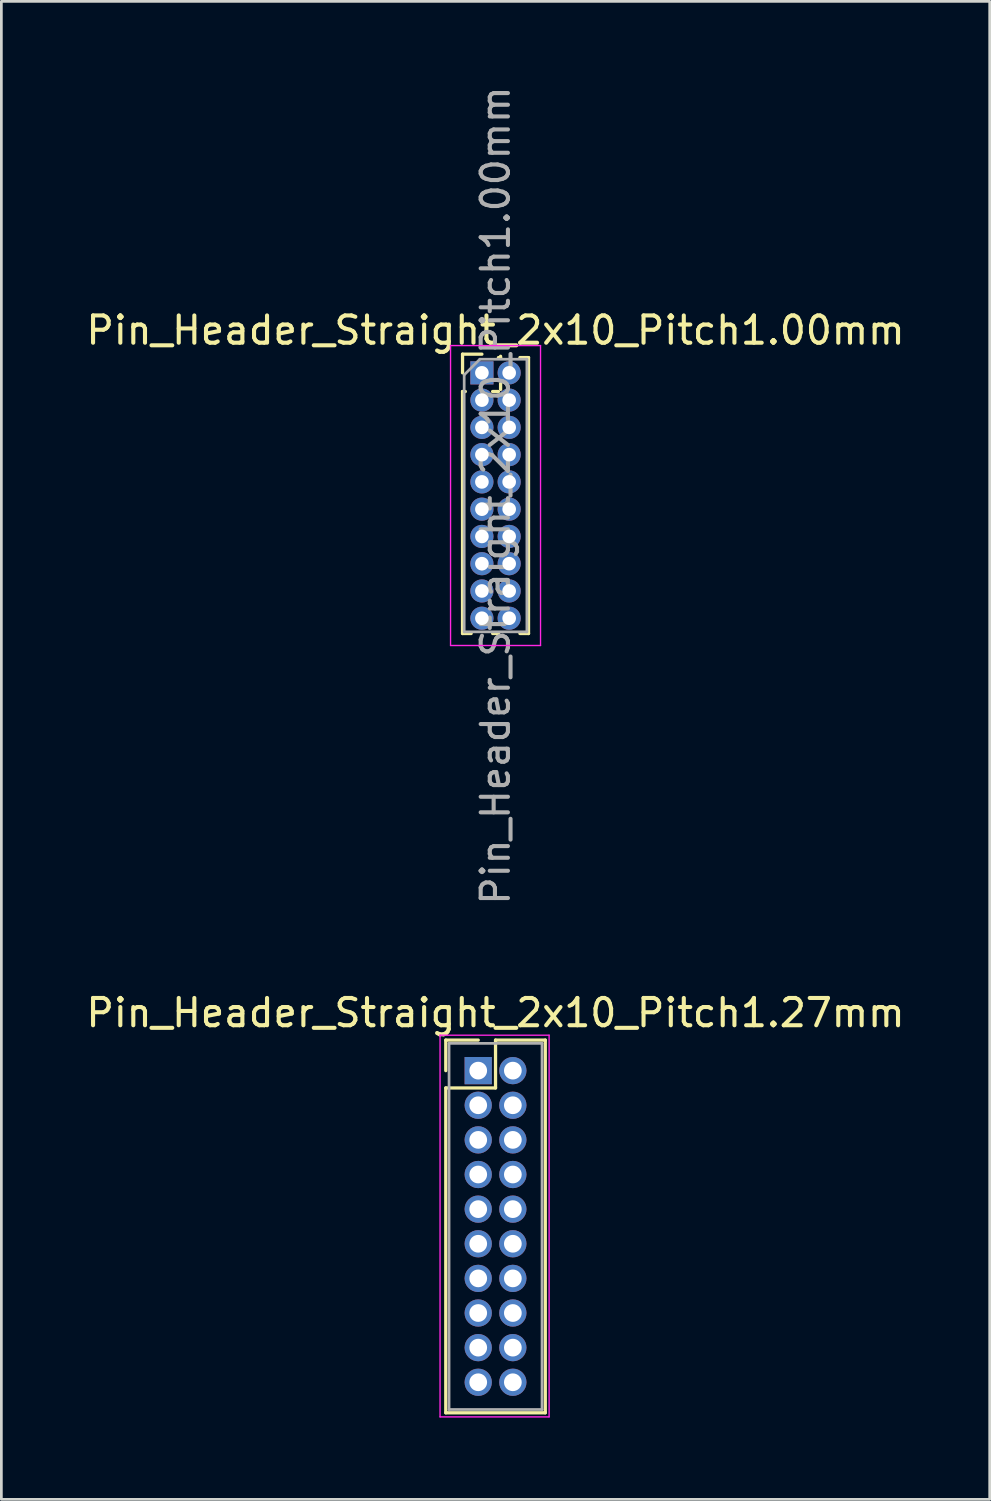
<source format=kicad_pcb>
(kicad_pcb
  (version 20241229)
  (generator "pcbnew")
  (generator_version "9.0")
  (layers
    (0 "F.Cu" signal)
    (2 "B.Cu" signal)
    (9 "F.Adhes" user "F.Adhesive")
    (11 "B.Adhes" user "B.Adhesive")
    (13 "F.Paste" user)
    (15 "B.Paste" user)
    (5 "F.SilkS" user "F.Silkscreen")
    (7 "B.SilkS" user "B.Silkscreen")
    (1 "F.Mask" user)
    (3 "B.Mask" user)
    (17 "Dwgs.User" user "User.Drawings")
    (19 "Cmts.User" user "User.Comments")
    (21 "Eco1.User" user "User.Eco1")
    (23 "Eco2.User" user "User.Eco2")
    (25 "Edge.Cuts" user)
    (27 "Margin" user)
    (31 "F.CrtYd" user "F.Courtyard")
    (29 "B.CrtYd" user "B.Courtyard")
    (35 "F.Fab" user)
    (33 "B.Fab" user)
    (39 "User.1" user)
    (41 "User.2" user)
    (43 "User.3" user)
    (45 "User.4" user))
  (footprint "Pin_Header_Straight_2x10_Pitch1.00mm"
    (layer "F.Cu")
    (at 14.625 10.625)
    (property "Reference" "Pin_Header_Straight_2x10_Pitch1.00mm" (at 0.5 -1.56 0) (layer "F.SilkS") (effects (font (size 1 1) (thickness 0.15))))
    (attr through_hole)
    (fp_line (start -0.71 -0.685) (end 0 -0.685) (stroke (width 0.12) (type solid)) (layer "F.SilkS"))
    (fp_line (start -0.71 0) (end -0.71 -0.685) (stroke (width 0.12) (type solid)) (layer "F.SilkS"))
    (fp_line (start -0.71 0.685) (end -0.71 9.56) (stroke (width 0.12) (type solid)) (layer "F.SilkS"))
    (fp_line (start -0.71 0.685) (end -0.608 0.685) (stroke (width 0.12) (type solid)) (layer "F.SilkS"))
    (fp_line (start -0.71 9.56) (end -0.394 9.56) (stroke (width 0.12) (type solid)) (layer "F.SilkS"))
    (fp_line (start 0.394 9.56) (end 0.606 9.56) (stroke (width 0.12) (type solid)) (layer "F.SilkS"))
    (fp_line (start 0.608 0.685) (end 0.392 0.685) (stroke (width 0.12) (type solid)) (layer "F.SilkS"))
    (fp_line (start 0.685 -0.608) (end 0.685 -0.56) (stroke (width 0.12) (type solid)) (layer "F.SilkS"))
    (fp_line (start 0.685 -0.56) (end 0.606 -0.56) (stroke (width 0.12) (type solid)) (layer "F.SilkS"))
    (fp_line (start 0.685 0.392) (end 0.685 0.608) (stroke (width 0.12) (type solid)) (layer "F.SilkS"))
    (fp_line (start 1.394 -0.56) (end 1.71 -0.56) (stroke (width 0.12) (type solid)) (layer "F.SilkS"))
    (fp_line (start 1.394 9.56) (end 1.71 9.56) (stroke (width 0.12) (type solid)) (layer "F.SilkS"))
    (fp_line (start 1.71 -0.56) (end 1.71 9.56) (stroke (width 0.12) (type solid)) (layer "F.SilkS"))
    (fp_line (start -1.15 -1) (end -1.15 10) (stroke (width 0.05) (type solid)) (layer "F.CrtYd"))
    (fp_line (start -1.15 10) (end 2.15 10) (stroke (width 0.05) (type solid)) (layer "F.CrtYd"))
    (fp_line (start 2.15 -1) (end -1.15 -1) (stroke (width 0.05) (type solid)) (layer "F.CrtYd"))
    (fp_line (start 2.15 10) (end 2.15 -1) (stroke (width 0.05) (type solid)) (layer "F.CrtYd"))
    (fp_line (start -0.65 0.075) (end -0.075 -0.5) (stroke (width 0.1) (type solid)) (layer "F.Fab"))
    (fp_line (start -0.65 9.5) (end -0.65 0.075) (stroke (width 0.1) (type solid)) (layer "F.Fab"))
    (fp_line (start -0.075 -0.5) (end 1.65 -0.5) (stroke (width 0.1) (type solid)) (layer "F.Fab"))
    (fp_line (start 1.65 -0.5) (end 1.65 9.5) (stroke (width 0.1) (type solid)) (layer "F.Fab"))
    (fp_line (start 1.65 9.5) (end -0.65 9.5) (stroke (width 0.1) (type solid)) (layer "F.Fab"))
    (fp_text user "${REFERENCE}" (at 0.5 4.5 90) (layer "F.Fab") (effects (font (size 1 1) (thickness 0.15))))
    (pad "1" thru_hole rect (at 0 0) (size 0.85 0.85) (drill 0.5) (layers "*.Cu" "*.Mask"))
    (pad "2" thru_hole oval (at 1 0) (size 0.85 0.85) (drill 0.5) (layers "*.Cu" "*.Mask"))
    (pad "3" thru_hole oval (at 0 1) (size 0.85 0.85) (drill 0.5) (layers "*.Cu" "*.Mask"))
    (pad "4" thru_hole oval (at 1 1) (size 0.85 0.85) (drill 0.5) (layers "*.Cu" "*.Mask"))
    (pad "5" thru_hole oval (at 0 2) (size 0.85 0.85) (drill 0.5) (layers "*.Cu" "*.Mask"))
    (pad "6" thru_hole oval (at 1 2) (size 0.85 0.85) (drill 0.5) (layers "*.Cu" "*.Mask"))
    (pad "7" thru_hole oval (at 0 3) (size 0.85 0.85) (drill 0.5) (layers "*.Cu" "*.Mask"))
    (pad "8" thru_hole oval (at 1 3) (size 0.85 0.85) (drill 0.5) (layers "*.Cu" "*.Mask"))
    (pad "9" thru_hole oval (at 0 4) (size 0.85 0.85) (drill 0.5) (layers "*.Cu" "*.Mask"))
    (pad "10" thru_hole oval (at 1 4) (size 0.85 0.85) (drill 0.5) (layers "*.Cu" "*.Mask"))
    (pad "11" thru_hole oval (at 0 5) (size 0.85 0.85) (drill 0.5) (layers "*.Cu" "*.Mask"))
    (pad "12" thru_hole oval (at 1 5) (size 0.85 0.85) (drill 0.5) (layers "*.Cu" "*.Mask"))
    (pad "13" thru_hole oval (at 0 6) (size 0.85 0.85) (drill 0.5) (layers "*.Cu" "*.Mask"))
    (pad "14" thru_hole oval (at 1 6) (size 0.85 0.85) (drill 0.5) (layers "*.Cu" "*.Mask"))
    (pad "15" thru_hole oval (at 0 7) (size 0.85 0.85) (drill 0.5) (layers "*.Cu" "*.Mask"))
    (pad "16" thru_hole oval (at 1 7) (size 0.85 0.85) (drill 0.5) (layers "*.Cu" "*.Mask"))
    (pad "17" thru_hole oval (at 0 8) (size 0.85 0.85) (drill 0.5) (layers "*.Cu" "*.Mask"))
    (pad "18" thru_hole oval (at 1 8) (size 0.85 0.85) (drill 0.5) (layers "*.Cu" "*.Mask"))
    (pad "19" thru_hole oval (at 0 9) (size 0.85 0.85) (drill 0.5) (layers "*.Cu" "*.Mask"))
    (pad "20" thru_hole oval (at 1 9) (size 0.85 0.85) (drill 0.5) (layers "*.Cu" "*.Mask")))
  (footprint "Pin_Header_Straight_2x10_Pitch1.27mm"
    (layer "F.Cu")
    (at 14.49 36.218)
    (property "Reference" "Pin_Header_Straight_2x10_Pitch1.27mm" (at 0.635 -2.12 0) (layer "F.SilkS") (effects (font (size 1 1) (thickness 0.15))))
    (attr through_hole)
    (fp_line (start -1.19 -1.12) (end 0 -1.12) (stroke (width 0.12) (type solid)) (layer "F.SilkS"))
    (fp_line (start -1.19 0) (end -1.19 -1.12) (stroke (width 0.12) (type solid)) (layer "F.SilkS"))
    (fp_line (start -1.19 0.635) (end -1.19 12.55) (stroke (width 0.12) (type solid)) (layer "F.SilkS"))
    (fp_line (start -1.19 12.55) (end 2.46 12.55) (stroke (width 0.12) (type solid)) (layer "F.SilkS"))
    (fp_line (start 0.635 -1.12) (end 0.635 0.635) (stroke (width 0.12) (type solid)) (layer "F.SilkS"))
    (fp_line (start 0.635 0.635) (end -1.19 0.635) (stroke (width 0.12) (type solid)) (layer "F.SilkS"))
    (fp_line (start 2.46 -1.12) (end 0.635 -1.12) (stroke (width 0.12) (type solid)) (layer "F.SilkS"))
    (fp_line (start 2.46 12.55) (end 2.46 -1.12) (stroke (width 0.12) (type solid)) (layer "F.SilkS"))
    (fp_line (start -1.4 -1.3) (end -1.4 12.7) (stroke (width 0.05) (type solid)) (layer "F.CrtYd"))
    (fp_line (start -1.4 12.7) (end 2.6 12.7) (stroke (width 0.05) (type solid)) (layer "F.CrtYd"))
    (fp_line (start 2.6 -1.3) (end -1.4 -1.3) (stroke (width 0.05) (type solid)) (layer "F.CrtYd"))
    (fp_line (start 2.6 12.7) (end 2.6 -1.3) (stroke (width 0.05) (type solid)) (layer "F.CrtYd"))
    (fp_line (start -1.07 -1) (end -1.07 12.43) (stroke (width 0.1) (type solid)) (layer "F.Fab"))
    (fp_line (start -1.07 12.43) (end 2.34 12.43) (stroke (width 0.1) (type solid)) (layer "F.Fab"))
    (fp_line (start 2.34 -1) (end -1.07 -1) (stroke (width 0.1) (type solid)) (layer "F.Fab"))
    (fp_line (start 2.34 12.43) (end 2.34 -1) (stroke (width 0.1) (type solid)) (layer "F.Fab"))
    (pad "1" thru_hole rect (at 0 0) (size 1 1) (drill 0.65) (layers "*.Cu" "*.Mask"))
    (pad "2" thru_hole oval (at 1.27 0) (size 1 1) (drill 0.65) (layers "*.Cu" "*.Mask"))
    (pad "3" thru_hole oval (at 0 1.27) (size 1 1) (drill 0.65) (layers "*.Cu" "*.Mask"))
    (pad "4" thru_hole oval (at 1.27 1.27) (size 1 1) (drill 0.65) (layers "*.Cu" "*.Mask"))
    (pad "5" thru_hole oval (at 0 2.54) (size 1 1) (drill 0.65) (layers "*.Cu" "*.Mask"))
    (pad "6" thru_hole oval (at 1.27 2.54) (size 1 1) (drill 0.65) (layers "*.Cu" "*.Mask"))
    (pad "7" thru_hole oval (at 0 3.81) (size 1 1) (drill 0.65) (layers "*.Cu" "*.Mask"))
    (pad "8" thru_hole oval (at 1.27 3.81) (size 1 1) (drill 0.65) (layers "*.Cu" "*.Mask"))
    (pad "9" thru_hole oval (at 0 5.08) (size 1 1) (drill 0.65) (layers "*.Cu" "*.Mask"))
    (pad "10" thru_hole oval (at 1.27 5.08) (size 1 1) (drill 0.65) (layers "*.Cu" "*.Mask"))
    (pad "11" thru_hole oval (at 0 6.35) (size 1 1) (drill 0.65) (layers "*.Cu" "*.Mask"))
    (pad "12" thru_hole oval (at 1.27 6.35) (size 1 1) (drill 0.65) (layers "*.Cu" "*.Mask"))
    (pad "13" thru_hole oval (at 0 7.62) (size 1 1) (drill 0.65) (layers "*.Cu" "*.Mask"))
    (pad "14" thru_hole oval (at 1.27 7.62) (size 1 1) (drill 0.65) (layers "*.Cu" "*.Mask"))
    (pad "15" thru_hole oval (at 0 8.89) (size 1 1) (drill 0.65) (layers "*.Cu" "*.Mask"))
    (pad "16" thru_hole oval (at 1.27 8.89) (size 1 1) (drill 0.65) (layers "*.Cu" "*.Mask"))
    (pad "17" thru_hole oval (at 0 10.16) (size 1 1) (drill 0.65) (layers "*.Cu" "*.Mask"))
    (pad "18" thru_hole oval (at 1.27 10.16) (size 1 1) (drill 0.65) (layers "*.Cu" "*.Mask"))
    (pad "19" thru_hole oval (at 0 11.43) (size 1 1) (drill 0.65) (layers "*.Cu" "*.Mask"))
    (pad "20" thru_hole oval (at 1.27 11.43) (size 1 1) (drill 0.65) (layers "*.Cu" "*.Mask")))
  (gr_rect
    (start -3 -3)
    (end 33.25 51.943)
    (stroke (width 0.1) (type default))
    (fill no)
    (layer "Edge.Cuts")))
</source>
